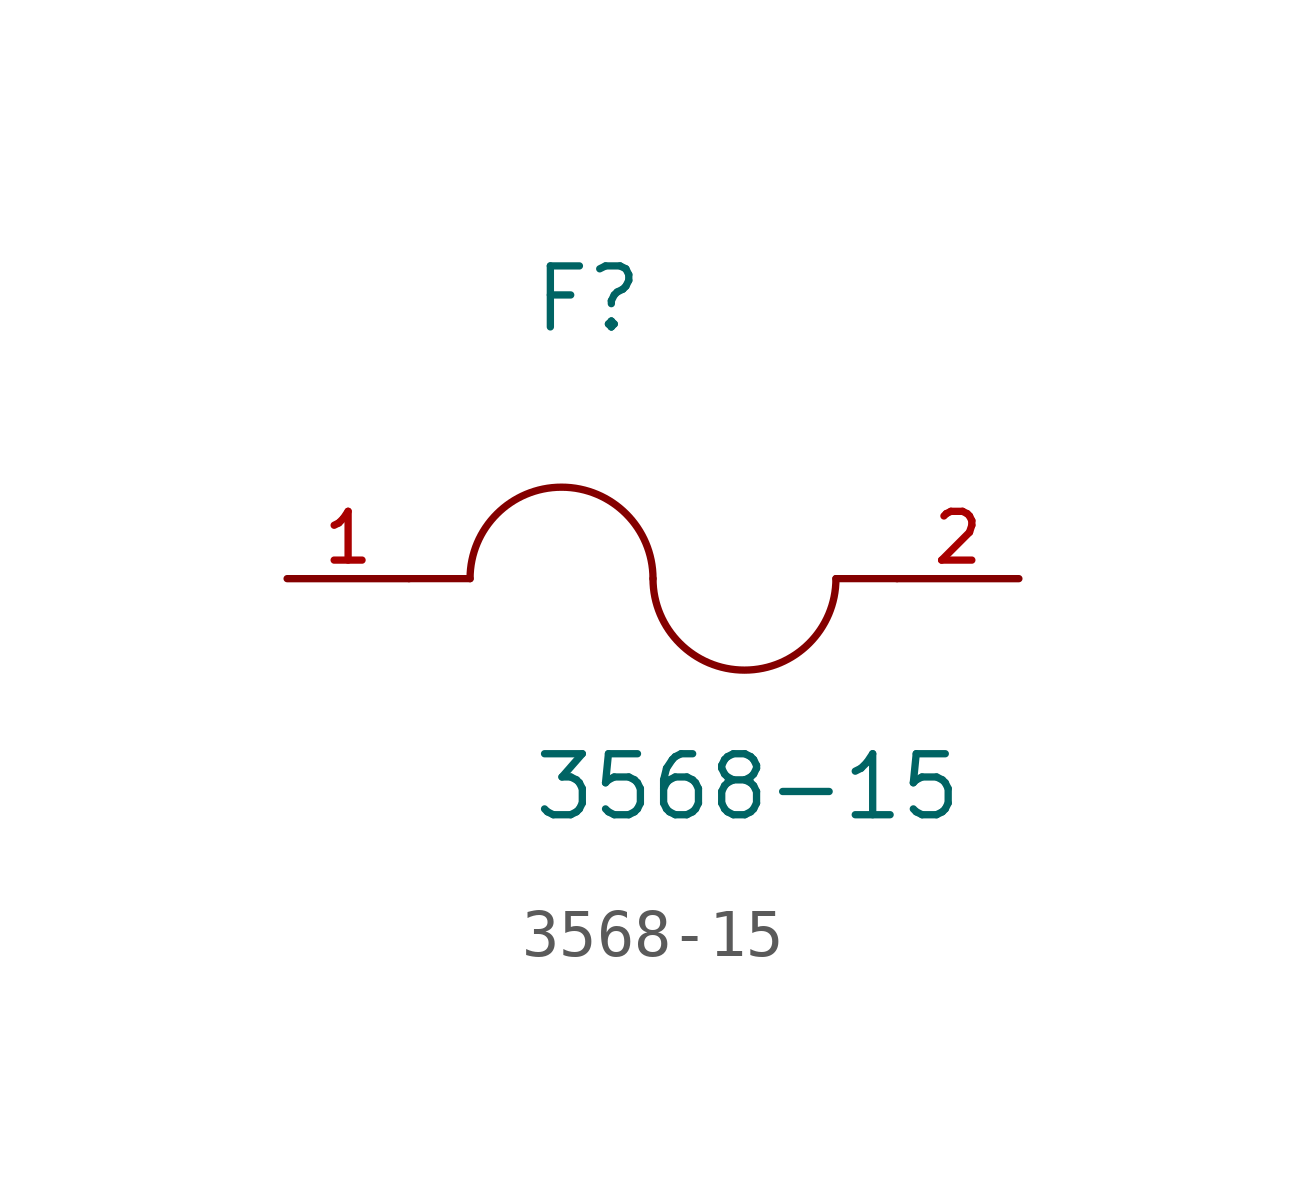
<source format=kicad_sym>
(kicad_symbol_lib
  (version 20211014)
  (generator kicad_symbol_editor)
  (symbol "3568-15"
    (pin_names
      (offset 1.016))
    (property "Reference" "F"
      (at -2.54 5.08 0)
      (effects (font (size 1.27 1.27)) (justify bottom left)))
    (property "Value" "3568-15"
      (at -2.54 -5.08 0)
      (effects (font (size 1.27 1.27)) (justify bottom left)))
    (symbol "3568-15_0_0"
      (arc (start 0.0 0.0) (mid -1.905 1.905) (end -3.81 0.0) (stroke (width 0.1524) (type default) (color 0 0 0 0)) (fill (type none)))
      (arc (start 3.81 0.0) (mid 1.905 -1.905) (end 0.0 0.0) (stroke (width 0.1524) (type default) (color 0 0 0 0)) (fill (type none)))
      (polyline (pts (xy 5.08 0.0) (xy 3.81 0.0)) (stroke (width 0.152)))
      (polyline (pts (xy -5.08 0.0) (xy -3.81 0.0)) (stroke (width 0.152)))
      (pin passive line (at 7.62 0.0 180.0) (length 2.54) (name "~" (effects (font (size 1.016 1.016)))) (number "2" (effects (font (size 1.016 1.016)))))
      (pin passive line (at -7.62 0.0 0) (length 2.54) (name "~" (effects (font (size 1.016 1.016)))) (number "1" (effects (font (size 1.016 1.016))))))))
</source>
